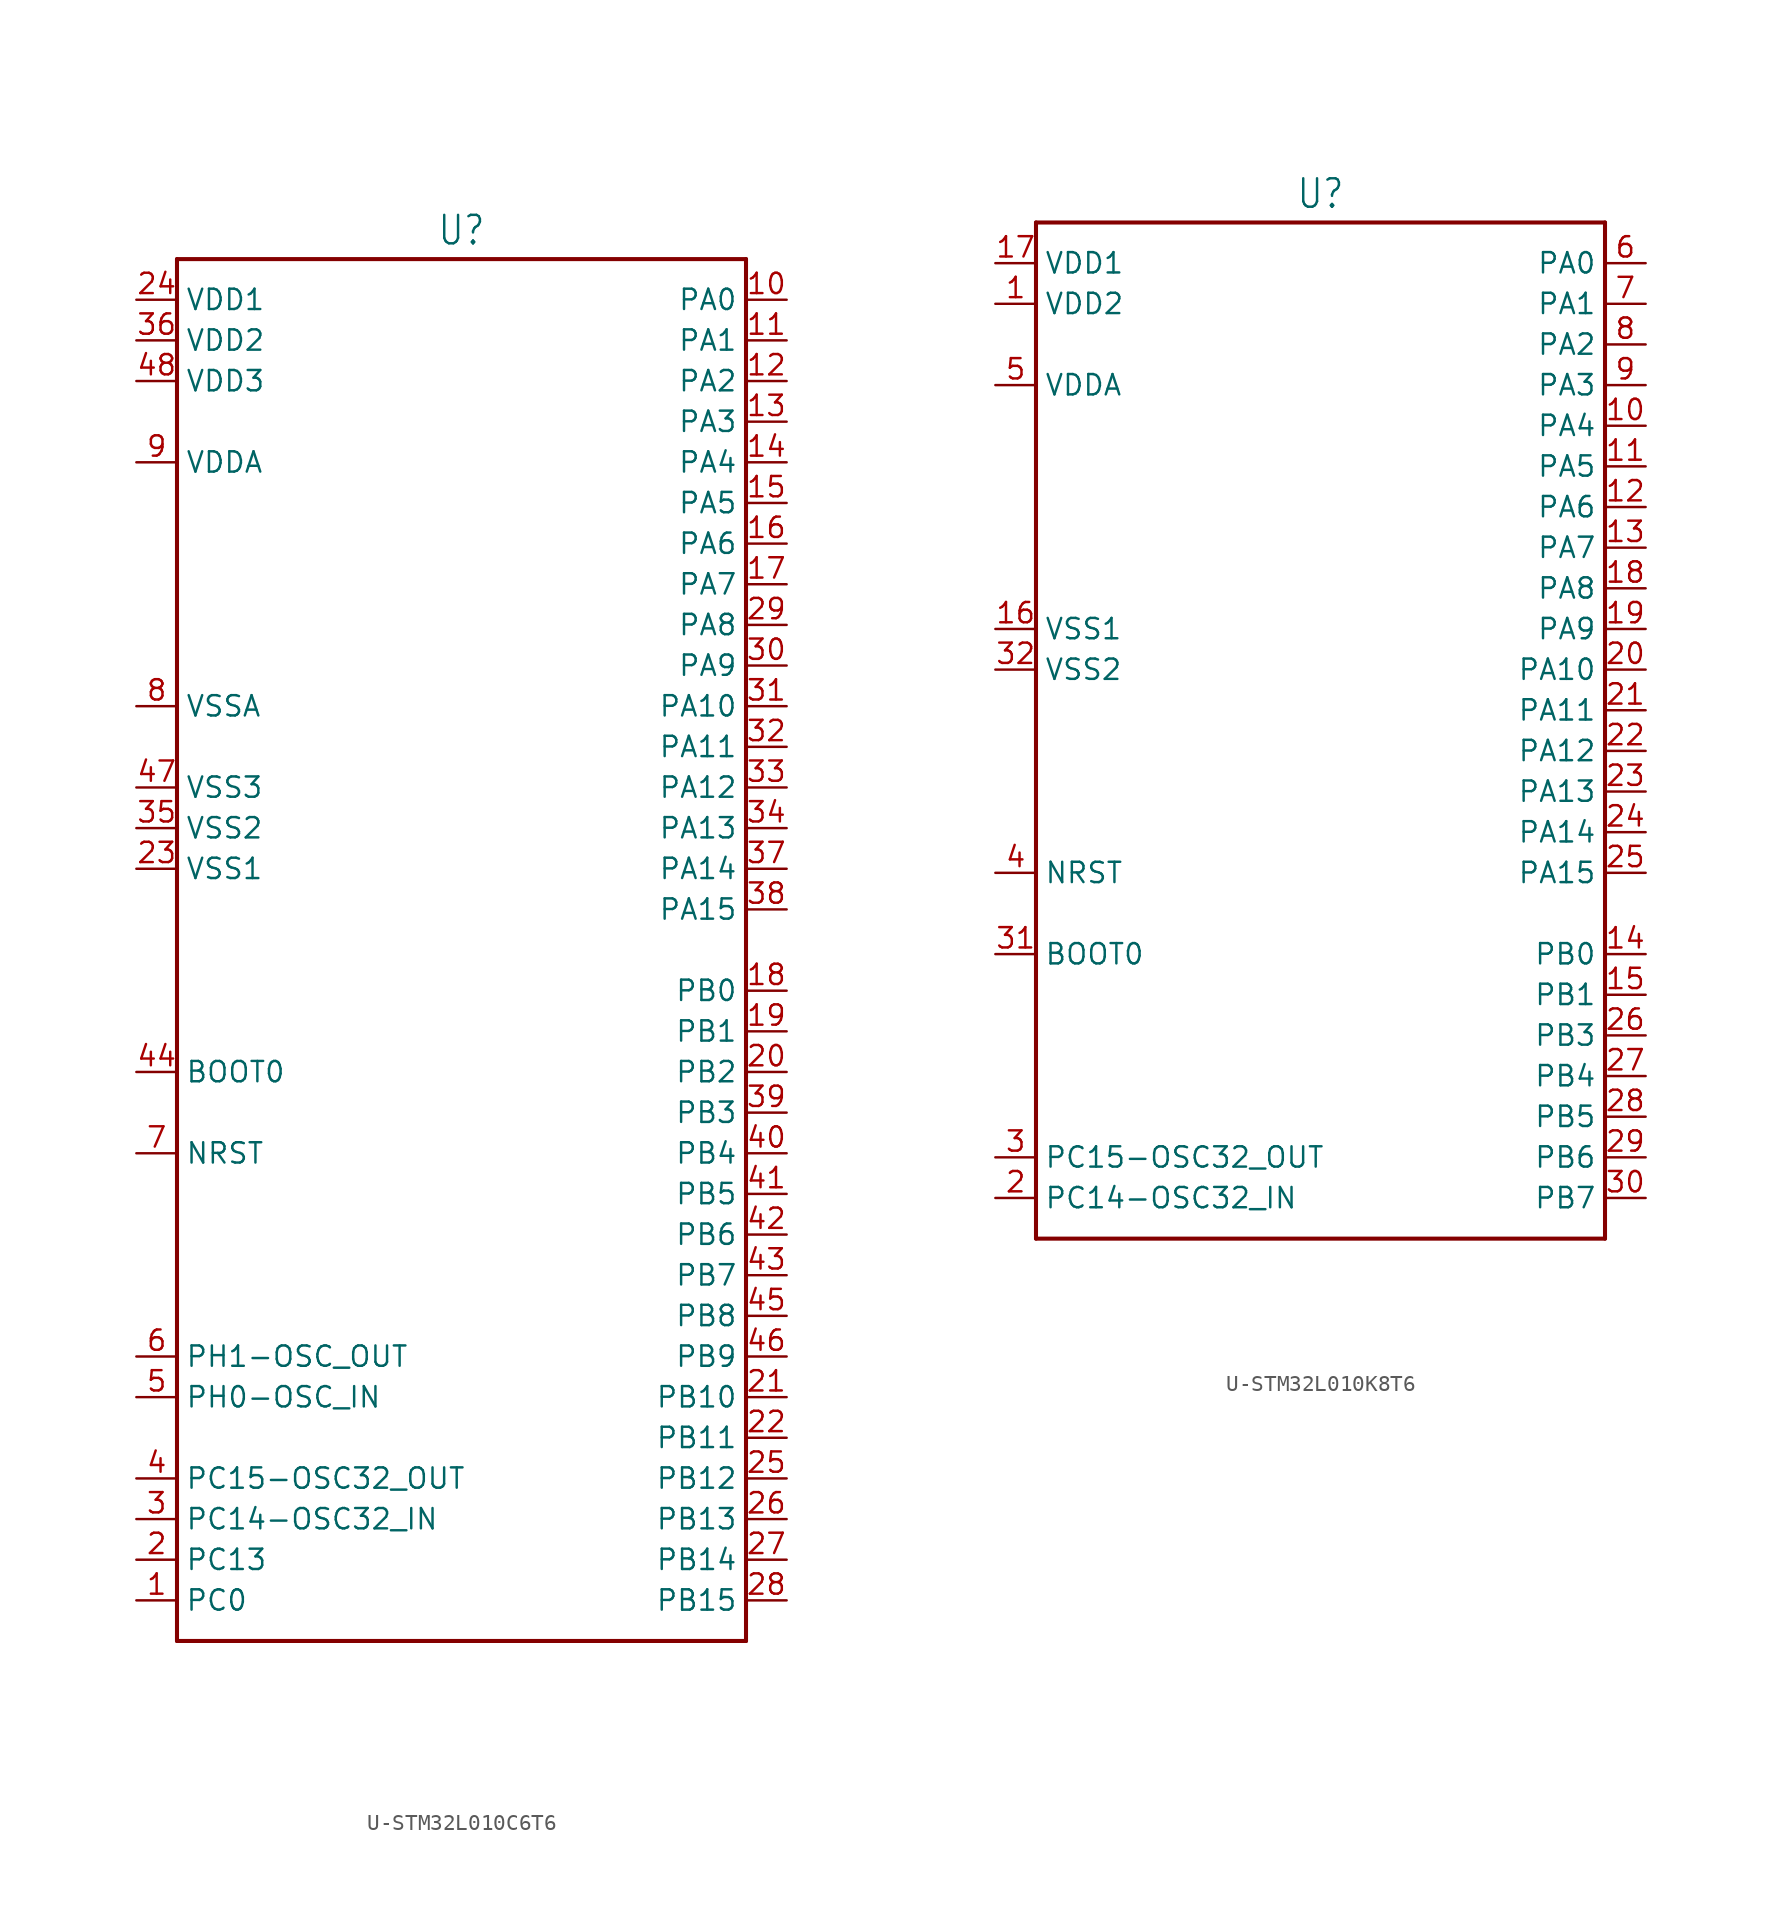
<source format=kicad_sym>
(kicad_symbol_lib
  (version 20231120)
  (generator "kicad_symbol_editor")
  (generator_version "8.0")
  (symbol "U-STM32L010C6T6"
    (property "Reference" "U"
      (at 0 43.942 0)
      (effects (font (size 1.778 1.511)) (justify bottom)))
    (property "Value" ""
      (at 0 -43.942 0)
      (effects (font (size 1.778 1.511)) (justify top)))
    (property "ki_locked" ""
      (at 0 0 0)
      (effects (font (size 1.27 1.27))))
    (symbol "U-STM32L010C6T6_1_0"
      (polyline (pts (xy -17.78 -43.18) (xy -17.78 43.18)) (stroke (width 0.254) (type solid)) (fill (type none)))
      (polyline (pts (xy -17.78 43.18) (xy 17.78 43.18)) (stroke (width 0.254) (type solid)) (fill (type none)))
      (polyline (pts (xy 17.78 -43.18) (xy -17.78 -43.18)) (stroke (width 0.254) (type solid)) (fill (type none)))
      (polyline (pts (xy 17.78 43.18) (xy 17.78 -43.18)) (stroke (width 0.254) (type solid)) (fill (type none)))
      (pin passive line (at -20.32 -40.64 0) (length 2.54) (name "PC0" (effects (font (size 1.27 1.27)))) (number "1" (effects (font (size 1.27 1.27)))))
      (pin passive line (at 20.32 40.64 180) (length 2.54) (name "PA0" (effects (font (size 1.27 1.27)))) (number "10" (effects (font (size 1.27 1.27)))))
      (pin passive line (at 20.32 38.1 180) (length 2.54) (name "PA1" (effects (font (size 1.27 1.27)))) (number "11" (effects (font (size 1.27 1.27)))))
      (pin passive line (at 20.32 35.56 180) (length 2.54) (name "PA2" (effects (font (size 1.27 1.27)))) (number "12" (effects (font (size 1.27 1.27)))))
      (pin passive line (at 20.32 33.02 180) (length 2.54) (name "PA3" (effects (font (size 1.27 1.27)))) (number "13" (effects (font (size 1.27 1.27)))))
      (pin passive line (at 20.32 30.48 180) (length 2.54) (name "PA4" (effects (font (size 1.27 1.27)))) (number "14" (effects (font (size 1.27 1.27)))))
      (pin passive line (at 20.32 27.94 180) (length 2.54) (name "PA5" (effects (font (size 1.27 1.27)))) (number "15" (effects (font (size 1.27 1.27)))))
      (pin passive line (at 20.32 25.4 180) (length 2.54) (name "PA6" (effects (font (size 1.27 1.27)))) (number "16" (effects (font (size 1.27 1.27)))))
      (pin passive line (at 20.32 22.86 180) (length 2.54) (name "PA7" (effects (font (size 1.27 1.27)))) (number "17" (effects (font (size 1.27 1.27)))))
      (pin passive line (at 20.32 -2.54 180) (length 2.54) (name "PB0" (effects (font (size 1.27 1.27)))) (number "18" (effects (font (size 1.27 1.27)))))
      (pin passive line (at 20.32 -5.08 180) (length 2.54) (name "PB1" (effects (font (size 1.27 1.27)))) (number "19" (effects (font (size 1.27 1.27)))))
      (pin passive line (at -20.32 -38.1 0) (length 2.54) (name "PC13" (effects (font (size 1.27 1.27)))) (number "2" (effects (font (size 1.27 1.27)))))
      (pin passive line (at 20.32 -7.62 180) (length 2.54) (name "PB2" (effects (font (size 1.27 1.27)))) (number "20" (effects (font (size 1.27 1.27)))))
      (pin passive line (at 20.32 -27.94 180) (length 2.54) (name "PB10" (effects (font (size 1.27 1.27)))) (number "21" (effects (font (size 1.27 1.27)))))
      (pin passive line (at 20.32 -30.48 180) (length 2.54) (name "PB11" (effects (font (size 1.27 1.27)))) (number "22" (effects (font (size 1.27 1.27)))))
      (pin passive line (at -20.32 5.08 0) (length 2.54) (name "VSS1" (effects (font (size 1.27 1.27)))) (number "23" (effects (font (size 1.27 1.27)))))
      (pin passive line (at -20.32 40.64 0) (length 2.54) (name "VDD1" (effects (font (size 1.27 1.27)))) (number "24" (effects (font (size 1.27 1.27)))))
      (pin passive line (at 20.32 -33.02 180) (length 2.54) (name "PB12" (effects (font (size 1.27 1.27)))) (number "25" (effects (font (size 1.27 1.27)))))
      (pin passive line (at 20.32 -35.56 180) (length 2.54) (name "PB13" (effects (font (size 1.27 1.27)))) (number "26" (effects (font (size 1.27 1.27)))))
      (pin passive line (at 20.32 -38.1 180) (length 2.54) (name "PB14" (effects (font (size 1.27 1.27)))) (number "27" (effects (font (size 1.27 1.27)))))
      (pin passive line (at 20.32 -40.64 180) (length 2.54) (name "PB15" (effects (font (size 1.27 1.27)))) (number "28" (effects (font (size 1.27 1.27)))))
      (pin passive line (at 20.32 20.32 180) (length 2.54) (name "PA8" (effects (font (size 1.27 1.27)))) (number "29" (effects (font (size 1.27 1.27)))))
      (pin passive line (at -20.32 -35.56 0) (length 2.54) (name "PC14-OSC32_IN" (effects (font (size 1.27 1.27)))) (number "3" (effects (font (size 1.27 1.27)))))
      (pin passive line (at 20.32 17.78 180) (length 2.54) (name "PA9" (effects (font (size 1.27 1.27)))) (number "30" (effects (font (size 1.27 1.27)))))
      (pin passive line (at 20.32 15.24 180) (length 2.54) (name "PA10" (effects (font (size 1.27 1.27)))) (number "31" (effects (font (size 1.27 1.27)))))
      (pin passive line (at 20.32 12.7 180) (length 2.54) (name "PA11" (effects (font (size 1.27 1.27)))) (number "32" (effects (font (size 1.27 1.27)))))
      (pin passive line (at 20.32 10.16 180) (length 2.54) (name "PA12" (effects (font (size 1.27 1.27)))) (number "33" (effects (font (size 1.27 1.27)))))
      (pin passive line (at 20.32 7.62 180) (length 2.54) (name "PA13" (effects (font (size 1.27 1.27)))) (number "34" (effects (font (size 1.27 1.27)))))
      (pin passive line (at -20.32 7.62 0) (length 2.54) (name "VSS2" (effects (font (size 1.27 1.27)))) (number "35" (effects (font (size 1.27 1.27)))))
      (pin passive line (at -20.32 38.1 0) (length 2.54) (name "VDD2" (effects (font (size 1.27 1.27)))) (number "36" (effects (font (size 1.27 1.27)))))
      (pin passive line (at 20.32 5.08 180) (length 2.54) (name "PA14" (effects (font (size 1.27 1.27)))) (number "37" (effects (font (size 1.27 1.27)))))
      (pin passive line (at 20.32 2.54 180) (length 2.54) (name "PA15" (effects (font (size 1.27 1.27)))) (number "38" (effects (font (size 1.27 1.27)))))
      (pin passive line (at 20.32 -10.16 180) (length 2.54) (name "PB3" (effects (font (size 1.27 1.27)))) (number "39" (effects (font (size 1.27 1.27)))))
      (pin passive line (at -20.32 -33.02 0) (length 2.54) (name "PC15-OSC32_OUT" (effects (font (size 1.27 1.27)))) (number "4" (effects (font (size 1.27 1.27)))))
      (pin passive line (at 20.32 -12.7 180) (length 2.54) (name "PB4" (effects (font (size 1.27 1.27)))) (number "40" (effects (font (size 1.27 1.27)))))
      (pin passive line (at 20.32 -15.24 180) (length 2.54) (name "PB5" (effects (font (size 1.27 1.27)))) (number "41" (effects (font (size 1.27 1.27)))))
      (pin passive line (at 20.32 -17.78 180) (length 2.54) (name "PB6" (effects (font (size 1.27 1.27)))) (number "42" (effects (font (size 1.27 1.27)))))
      (pin passive line (at 20.32 -20.32 180) (length 2.54) (name "PB7" (effects (font (size 1.27 1.27)))) (number "43" (effects (font (size 1.27 1.27)))))
      (pin passive line (at -20.32 -7.62 0) (length 2.54) (name "BOOT0" (effects (font (size 1.27 1.27)))) (number "44" (effects (font (size 1.27 1.27)))))
      (pin passive line (at 20.32 -22.86 180) (length 2.54) (name "PB8" (effects (font (size 1.27 1.27)))) (number "45" (effects (font (size 1.27 1.27)))))
      (pin passive line (at 20.32 -25.4 180) (length 2.54) (name "PB9" (effects (font (size 1.27 1.27)))) (number "46" (effects (font (size 1.27 1.27)))))
      (pin passive line (at -20.32 10.16 0) (length 2.54) (name "VSS3" (effects (font (size 1.27 1.27)))) (number "47" (effects (font (size 1.27 1.27)))))
      (pin passive line (at -20.32 35.56 0) (length 2.54) (name "VDD3" (effects (font (size 1.27 1.27)))) (number "48" (effects (font (size 1.27 1.27)))))
      (pin passive line (at -20.32 -27.94 0) (length 2.54) (name "PH0-OSC_IN" (effects (font (size 1.27 1.27)))) (number "5" (effects (font (size 1.27 1.27)))))
      (pin passive line (at -20.32 -25.4 0) (length 2.54) (name "PH1-OSC_OUT" (effects (font (size 1.27 1.27)))) (number "6" (effects (font (size 1.27 1.27)))))
      (pin passive line (at -20.32 -12.7 0) (length 2.54) (name "NRST" (effects (font (size 1.27 1.27)))) (number "7" (effects (font (size 1.27 1.27)))))
      (pin passive line (at -20.32 15.24 0) (length 2.54) (name "VSSA" (effects (font (size 1.27 1.27)))) (number "8" (effects (font (size 1.27 1.27)))))
      (pin passive line (at -20.32 30.48 0) (length 2.54) (name "VDDA" (effects (font (size 1.27 1.27)))) (number "9" (effects (font (size 1.27 1.27)))))))
  (symbol "U-STM32L010K8T6"
    (property "Reference" "U"
      (at 0 33.782 0)
      (effects (font (size 1.778 1.511)) (justify bottom)))
    (property "Value" ""
      (at 0 -31.242 0)
      (effects (font (size 1.778 1.511)) (justify top)))
    (property "ki_locked" ""
      (at 0 0 0)
      (effects (font (size 1.27 1.27))))
    (symbol "U-STM32L010K8T6_1_0"
      (polyline (pts (xy -17.78 -30.48) (xy -17.78 33.02)) (stroke (width 0.254) (type solid)) (fill (type none)))
      (polyline (pts (xy -17.78 33.02) (xy 17.78 33.02)) (stroke (width 0.254) (type solid)) (fill (type none)))
      (polyline (pts (xy 17.78 -30.48) (xy -17.78 -30.48)) (stroke (width 0.254) (type solid)) (fill (type none)))
      (polyline (pts (xy 17.78 33.02) (xy 17.78 -30.48)) (stroke (width 0.254) (type solid)) (fill (type none)))
      (pin passive line (at -20.32 27.94 0) (length 2.54) (name "VDD2" (effects (font (size 1.27 1.27)))) (number "1" (effects (font (size 1.27 1.27)))))
      (pin passive line (at 20.32 20.32 180) (length 2.54) (name "PA4" (effects (font (size 1.27 1.27)))) (number "10" (effects (font (size 1.27 1.27)))))
      (pin passive line (at 20.32 17.78 180) (length 2.54) (name "PA5" (effects (font (size 1.27 1.27)))) (number "11" (effects (font (size 1.27 1.27)))))
      (pin passive line (at 20.32 15.24 180) (length 2.54) (name "PA6" (effects (font (size 1.27 1.27)))) (number "12" (effects (font (size 1.27 1.27)))))
      (pin passive line (at 20.32 12.7 180) (length 2.54) (name "PA7" (effects (font (size 1.27 1.27)))) (number "13" (effects (font (size 1.27 1.27)))))
      (pin passive line (at 20.32 -12.7 180) (length 2.54) (name "PB0" (effects (font (size 1.27 1.27)))) (number "14" (effects (font (size 1.27 1.27)))))
      (pin passive line (at 20.32 -15.24 180) (length 2.54) (name "PB1" (effects (font (size 1.27 1.27)))) (number "15" (effects (font (size 1.27 1.27)))))
      (pin passive line (at -20.32 7.62 0) (length 2.54) (name "VSS1" (effects (font (size 1.27 1.27)))) (number "16" (effects (font (size 1.27 1.27)))))
      (pin passive line (at -20.32 30.48 0) (length 2.54) (name "VDD1" (effects (font (size 1.27 1.27)))) (number "17" (effects (font (size 1.27 1.27)))))
      (pin passive line (at 20.32 10.16 180) (length 2.54) (name "PA8" (effects (font (size 1.27 1.27)))) (number "18" (effects (font (size 1.27 1.27)))))
      (pin passive line (at 20.32 7.62 180) (length 2.54) (name "PA9" (effects (font (size 1.27 1.27)))) (number "19" (effects (font (size 1.27 1.27)))))
      (pin passive line (at -20.32 -27.94 0) (length 2.54) (name "PC14-OSC32_IN" (effects (font (size 1.27 1.27)))) (number "2" (effects (font (size 1.27 1.27)))))
      (pin passive line (at 20.32 5.08 180) (length 2.54) (name "PA10" (effects (font (size 1.27 1.27)))) (number "20" (effects (font (size 1.27 1.27)))))
      (pin passive line (at 20.32 2.54 180) (length 2.54) (name "PA11" (effects (font (size 1.27 1.27)))) (number "21" (effects (font (size 1.27 1.27)))))
      (pin passive line (at 20.32 0 180) (length 2.54) (name "PA12" (effects (font (size 1.27 1.27)))) (number "22" (effects (font (size 1.27 1.27)))))
      (pin passive line (at 20.32 -2.54 180) (length 2.54) (name "PA13" (effects (font (size 1.27 1.27)))) (number "23" (effects (font (size 1.27 1.27)))))
      (pin passive line (at 20.32 -5.08 180) (length 2.54) (name "PA14" (effects (font (size 1.27 1.27)))) (number "24" (effects (font (size 1.27 1.27)))))
      (pin passive line (at 20.32 -7.62 180) (length 2.54) (name "PA15" (effects (font (size 1.27 1.27)))) (number "25" (effects (font (size 1.27 1.27)))))
      (pin passive line (at 20.32 -17.78 180) (length 2.54) (name "PB3" (effects (font (size 1.27 1.27)))) (number "26" (effects (font (size 1.27 1.27)))))
      (pin passive line (at 20.32 -20.32 180) (length 2.54) (name "PB4" (effects (font (size 1.27 1.27)))) (number "27" (effects (font (size 1.27 1.27)))))
      (pin passive line (at 20.32 -22.86 180) (length 2.54) (name "PB5" (effects (font (size 1.27 1.27)))) (number "28" (effects (font (size 1.27 1.27)))))
      (pin passive line (at 20.32 -25.4 180) (length 2.54) (name "PB6" (effects (font (size 1.27 1.27)))) (number "29" (effects (font (size 1.27 1.27)))))
      (pin passive line (at -20.32 -25.4 0) (length 2.54) (name "PC15-OSC32_OUT" (effects (font (size 1.27 1.27)))) (number "3" (effects (font (size 1.27 1.27)))))
      (pin passive line (at 20.32 -27.94 180) (length 2.54) (name "PB7" (effects (font (size 1.27 1.27)))) (number "30" (effects (font (size 1.27 1.27)))))
      (pin passive line (at -20.32 -12.7 0) (length 2.54) (name "BOOT0" (effects (font (size 1.27 1.27)))) (number "31" (effects (font (size 1.27 1.27)))))
      (pin passive line (at -20.32 5.08 0) (length 2.54) (name "VSS2" (effects (font (size 1.27 1.27)))) (number "32" (effects (font (size 1.27 1.27)))))
      (pin passive line (at -20.32 -7.62 0) (length 2.54) (name "NRST" (effects (font (size 1.27 1.27)))) (number "4" (effects (font (size 1.27 1.27)))))
      (pin passive line (at -20.32 22.86 0) (length 2.54) (name "VDDA" (effects (font (size 1.27 1.27)))) (number "5" (effects (font (size 1.27 1.27)))))
      (pin passive line (at 20.32 30.48 180) (length 2.54) (name "PA0" (effects (font (size 1.27 1.27)))) (number "6" (effects (font (size 1.27 1.27)))))
      (pin passive line (at 20.32 27.94 180) (length 2.54) (name "PA1" (effects (font (size 1.27 1.27)))) (number "7" (effects (font (size 1.27 1.27)))))
      (pin passive line (at 20.32 25.4 180) (length 2.54) (name "PA2" (effects (font (size 1.27 1.27)))) (number "8" (effects (font (size 1.27 1.27)))))
      (pin passive line (at 20.32 22.86 180) (length 2.54) (name "PA3" (effects (font (size 1.27 1.27)))) (number "9" (effects (font (size 1.27 1.27))))))))
</source>
